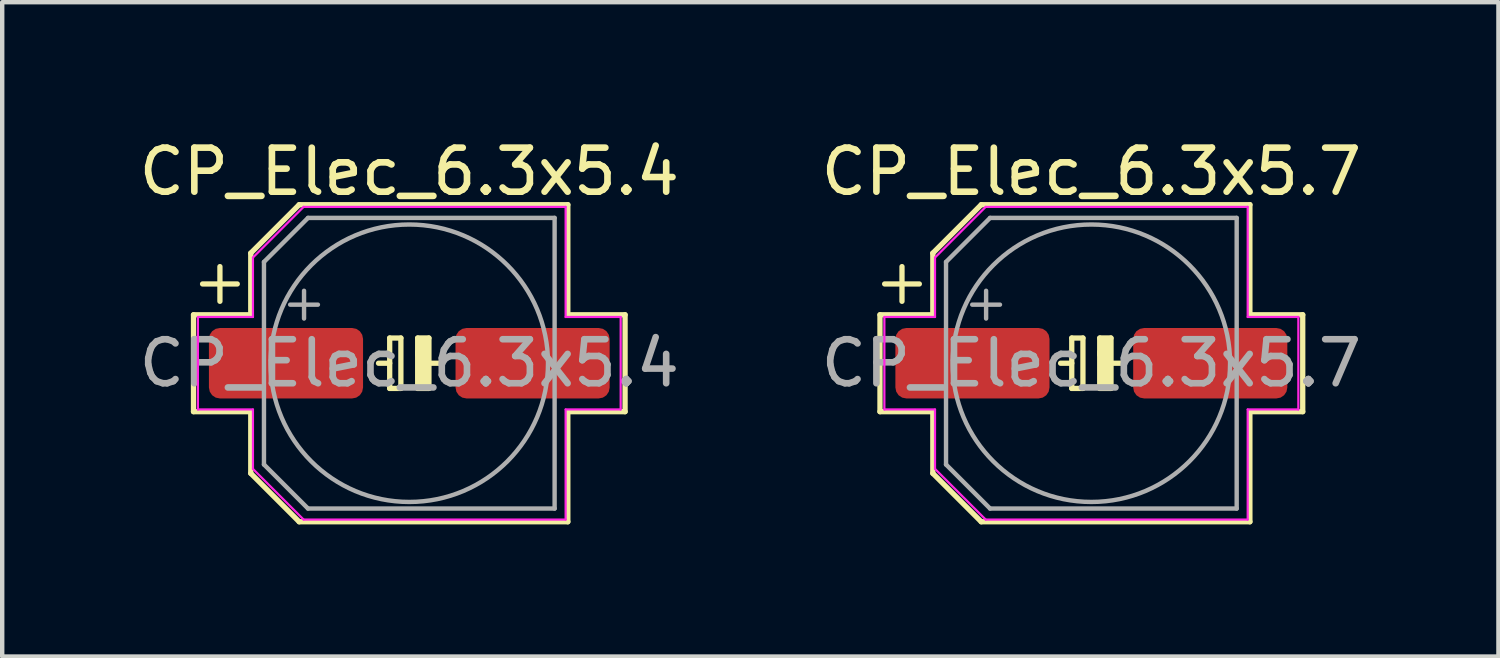
<source format=kicad_pcb>
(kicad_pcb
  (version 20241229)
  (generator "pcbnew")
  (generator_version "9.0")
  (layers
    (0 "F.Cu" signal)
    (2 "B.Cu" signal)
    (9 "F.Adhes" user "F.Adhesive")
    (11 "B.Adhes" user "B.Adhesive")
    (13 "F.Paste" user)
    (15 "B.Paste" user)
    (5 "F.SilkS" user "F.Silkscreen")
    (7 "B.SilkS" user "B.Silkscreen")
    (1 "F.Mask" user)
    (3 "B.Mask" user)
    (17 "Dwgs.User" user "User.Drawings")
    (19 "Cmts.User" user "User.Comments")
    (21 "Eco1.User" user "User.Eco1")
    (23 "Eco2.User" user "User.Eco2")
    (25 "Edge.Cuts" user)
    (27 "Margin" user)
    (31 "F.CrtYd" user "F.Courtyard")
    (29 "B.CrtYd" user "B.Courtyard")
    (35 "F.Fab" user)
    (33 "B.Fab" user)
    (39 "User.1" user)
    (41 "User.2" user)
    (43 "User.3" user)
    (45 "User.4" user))
  (footprint "CP_Elec_6.3x5.4"
    (layer "F.Cu")
    (at 6.244 5.198)
    (property "Reference" "CP_Elec_6.3x5.4" (at 0 -4.35 0) (layer "F.SilkS") (effects (font (size 1 1) (thickness 0.15))))
    (attr smd)
    (fp_line (start -4.9 -1.1) (end -4.9 1.1) (stroke (width 0.12) (type solid)) (layer "F.SilkS"))
    (fp_line (start -4.9 1.1) (end -3.6 1.1) (stroke (width 0.12) (type solid)) (layer "F.SilkS"))
    (fp_line (start -4.694 -1.8) (end -3.906 -1.8) (stroke (width 0.12) (type solid)) (layer "F.SilkS"))
    (fp_line (start -4.3 -2.194) (end -4.3 -1.406) (stroke (width 0.12) (type solid)) (layer "F.SilkS"))
    (fp_line (start -3.6 -2.5) (end -3.6 -1.1) (stroke (width 0.12) (type solid)) (layer "F.SilkS"))
    (fp_line (start -3.6 -1.1) (end -4.9 -1.1) (stroke (width 0.12) (type solid)) (layer "F.SilkS"))
    (fp_line (start -3.6 1.1) (end -3.6 2.5) (stroke (width 0.12) (type solid)) (layer "F.SilkS"))
    (fp_line (start -3.6 2.5) (end -2.5 3.6) (stroke (width 0.12) (type solid)) (layer "F.SilkS"))
    (fp_line (start -2.5 -3.6) (end -3.6 -2.5) (stroke (width 0.12) (type solid)) (layer "F.SilkS"))
    (fp_line (start -2.5 3.6) (end 3.6 3.6) (stroke (width 0.12) (type solid)) (layer "F.SilkS"))
    (fp_line (start -0.445 -0.572) (end -0.191 -0.572) (stroke (width 0.12) (type solid)) (layer "F.SilkS"))
    (fp_line (start -0.445 0) (end -0.699 0) (stroke (width 0.12) (type solid)) (layer "F.SilkS"))
    (fp_line (start -0.445 0.572) (end -0.445 -0.572) (stroke (width 0.12) (type solid)) (layer "F.SilkS"))
    (fp_line (start -0.191 -0.572) (end -0.191 0.572) (stroke (width 0.12) (type solid)) (layer "F.SilkS"))
    (fp_line (start -0.191 0.572) (end -0.445 0.572) (stroke (width 0.12) (type solid)) (layer "F.SilkS"))
    (fp_line (start 0.191 -0.572) (end 0.191 -0.191) (stroke (width 0.12) (type solid)) (layer "F.SilkS"))
    (fp_line (start 0.191 -0.572) (end 0.445 -0.572) (stroke (width 0.12) (type solid)) (layer "F.SilkS"))
    (fp_line (start 0.191 -0.254) (end 0.191 0.572) (stroke (width 0.12) (type solid)) (layer "F.SilkS"))
    (fp_line (start 0.445 0) (end 0.699 0) (stroke (width 0.12) (type solid)) (layer "F.SilkS"))
    (fp_line (start 0.445 0.572) (end 0.191 0.572) (stroke (width 0.12) (type solid)) (layer "F.SilkS"))
    (fp_line (start 0.445 0.572) (end 0.445 -0.572) (stroke (width 0.12) (type solid)) (layer "F.SilkS"))
    (fp_line (start 3.6 -3.6) (end -2.5 -3.6) (stroke (width 0.12) (type solid)) (layer "F.SilkS"))
    (fp_line (start 3.6 -1.1) (end 3.6 -3.6) (stroke (width 0.12) (type solid)) (layer "F.SilkS"))
    (fp_line (start 3.6 1.1) (end 4.9 1.1) (stroke (width 0.12) (type solid)) (layer "F.SilkS"))
    (fp_line (start 3.6 3.6) (end 3.6 1.1) (stroke (width 0.12) (type solid)) (layer "F.SilkS"))
    (fp_line (start 4.9 -1.1) (end 3.6 -1.1) (stroke (width 0.12) (type solid)) (layer "F.SilkS"))
    (fp_line (start 4.9 1.1) (end 4.9 -1.1) (stroke (width 0.12) (type solid)) (layer "F.SilkS"))
    (fp_poly (pts (xy 0.445 0.572) (xy 0.191 0.572) (xy 0.191 -0.572) (xy 0.445 -0.572)) (stroke (width 0.1) (type solid)) (fill yes) (layer "F.SilkS"))
    (fp_line (start -4.8 -1.05) (end -4.8 1.05) (stroke (width 0.05) (type solid)) (layer "F.CrtYd"))
    (fp_line (start -4.8 1.05) (end -3.55 1.05) (stroke (width 0.05) (type solid)) (layer "F.CrtYd"))
    (fp_line (start -3.55 -2.4) (end -3.55 -1.05) (stroke (width 0.05) (type solid)) (layer "F.CrtYd"))
    (fp_line (start -3.55 -2.4) (end -2.4 -3.55) (stroke (width 0.05) (type solid)) (layer "F.CrtYd"))
    (fp_line (start -3.55 -1.05) (end -4.8 -1.05) (stroke (width 0.05) (type solid)) (layer "F.CrtYd"))
    (fp_line (start -3.55 1.05) (end -3.55 2.4) (stroke (width 0.05) (type solid)) (layer "F.CrtYd"))
    (fp_line (start -3.55 2.4) (end -2.4 3.55) (stroke (width 0.05) (type solid)) (layer "F.CrtYd"))
    (fp_line (start -2.4 -3.55) (end 3.55 -3.55) (stroke (width 0.05) (type solid)) (layer "F.CrtYd"))
    (fp_line (start -2.4 3.55) (end 3.55 3.55) (stroke (width 0.05) (type solid)) (layer "F.CrtYd"))
    (fp_line (start 3.55 -3.55) (end 3.55 -1.05) (stroke (width 0.05) (type solid)) (layer "F.CrtYd"))
    (fp_line (start 3.55 -1.05) (end 4.8 -1.05) (stroke (width 0.05) (type solid)) (layer "F.CrtYd"))
    (fp_line (start 3.55 1.05) (end 3.55 3.55) (stroke (width 0.05) (type solid)) (layer "F.CrtYd"))
    (fp_line (start 4.8 -1.05) (end 4.8 1.05) (stroke (width 0.05) (type solid)) (layer "F.CrtYd"))
    (fp_line (start 4.8 1.05) (end 3.55 1.05) (stroke (width 0.05) (type solid)) (layer "F.CrtYd"))
    (fp_line (start -3.3 -2.3) (end -3.3 2.3) (stroke (width 0.1) (type solid)) (layer "F.Fab"))
    (fp_line (start -3.3 -2.3) (end -2.3 -3.3) (stroke (width 0.1) (type solid)) (layer "F.Fab"))
    (fp_line (start -3.3 2.3) (end -2.3 3.3) (stroke (width 0.1) (type solid)) (layer "F.Fab"))
    (fp_line (start -2.705 -1.33) (end -2.075 -1.33) (stroke (width 0.1) (type solid)) (layer "F.Fab"))
    (fp_line (start -2.39 -1.645) (end -2.39 -1.015) (stroke (width 0.1) (type solid)) (layer "F.Fab"))
    (fp_line (start -2.3 -3.3) (end 3.3 -3.3) (stroke (width 0.1) (type solid)) (layer "F.Fab"))
    (fp_line (start -2.3 3.3) (end 3.3 3.3) (stroke (width 0.1) (type solid)) (layer "F.Fab"))
    (fp_line (start 3.3 -3.3) (end 3.3 3.3) (stroke (width 0.1) (type solid)) (layer "F.Fab"))
    (fp_circle (center 0 0) (end 3.15 0) (stroke (width 0.1) (type solid)) (fill no) (layer "F.Fab"))
    (fp_text user "${REFERENCE}" (at 0 0 0) (layer "F.Fab") (effects (font (size 1 1) (thickness 0.15))))
    (pad "1" smd roundrect (at -2.8 0) (size 3.5 1.6) (layers "F.Cu" "F.Mask" "F.Paste") (roundrect_rratio 0.156))
    (pad "2" smd roundrect (at 2.8 0) (size 3.5 1.6) (layers "F.Cu" "F.Mask" "F.Paste") (roundrect_rratio 0.156)))
  (footprint "CP_Elec_6.3x5.7"
    (layer "F.Cu")
    (at 21.732 5.198)
    (property "Reference" "CP_Elec_6.3x5.7" (at 0 -4.35 0) (layer "F.SilkS") (effects (font (size 1 1) (thickness 0.15))))
    (attr smd)
    (fp_line (start -4.8 -1.1) (end -4.8 1.1) (stroke (width 0.12) (type solid)) (layer "F.SilkS"))
    (fp_line (start -4.8 1.1) (end -3.6 1.1) (stroke (width 0.12) (type solid)) (layer "F.SilkS"))
    (fp_line (start -4.694 -1.8) (end -3.906 -1.8) (stroke (width 0.12) (type solid)) (layer "F.SilkS"))
    (fp_line (start -4.3 -2.194) (end -4.3 -1.406) (stroke (width 0.12) (type solid)) (layer "F.SilkS"))
    (fp_line (start -3.6 -2.5) (end -3.6 -1.1) (stroke (width 0.12) (type solid)) (layer "F.SilkS"))
    (fp_line (start -3.6 -1.1) (end -4.8 -1.1) (stroke (width 0.12) (type solid)) (layer "F.SilkS"))
    (fp_line (start -3.6 1.1) (end -3.6 2.5) (stroke (width 0.12) (type solid)) (layer "F.SilkS"))
    (fp_line (start -3.6 2.5) (end -2.5 3.6) (stroke (width 0.12) (type solid)) (layer "F.SilkS"))
    (fp_line (start -2.5 -3.6) (end -3.6 -2.5) (stroke (width 0.12) (type solid)) (layer "F.SilkS"))
    (fp_line (start -2.5 3.6) (end 3.6 3.6) (stroke (width 0.12) (type solid)) (layer "F.SilkS"))
    (fp_line (start -0.445 -0.572) (end -0.191 -0.572) (stroke (width 0.12) (type solid)) (layer "F.SilkS"))
    (fp_line (start -0.445 0) (end -0.699 0) (stroke (width 0.12) (type solid)) (layer "F.SilkS"))
    (fp_line (start -0.445 0.572) (end -0.445 -0.572) (stroke (width 0.12) (type solid)) (layer "F.SilkS"))
    (fp_line (start -0.191 -0.572) (end -0.191 0.572) (stroke (width 0.12) (type solid)) (layer "F.SilkS"))
    (fp_line (start -0.191 0.572) (end -0.445 0.572) (stroke (width 0.12) (type solid)) (layer "F.SilkS"))
    (fp_line (start 0.191 -0.572) (end 0.191 -0.191) (stroke (width 0.12) (type solid)) (layer "F.SilkS"))
    (fp_line (start 0.191 -0.572) (end 0.445 -0.572) (stroke (width 0.12) (type solid)) (layer "F.SilkS"))
    (fp_line (start 0.191 -0.254) (end 0.191 0.572) (stroke (width 0.12) (type solid)) (layer "F.SilkS"))
    (fp_line (start 0.445 0) (end 0.699 0) (stroke (width 0.12) (type solid)) (layer "F.SilkS"))
    (fp_line (start 0.445 0.572) (end 0.191 0.572) (stroke (width 0.12) (type solid)) (layer "F.SilkS"))
    (fp_line (start 0.445 0.572) (end 0.445 -0.572) (stroke (width 0.12) (type solid)) (layer "F.SilkS"))
    (fp_line (start 3.6 -3.6) (end -2.5 -3.6) (stroke (width 0.12) (type solid)) (layer "F.SilkS"))
    (fp_line (start 3.6 -1.1) (end 3.6 -3.6) (stroke (width 0.12) (type solid)) (layer "F.SilkS"))
    (fp_line (start 3.6 1.1) (end 4.8 1.1) (stroke (width 0.12) (type solid)) (layer "F.SilkS"))
    (fp_line (start 3.6 3.6) (end 3.6 1.1) (stroke (width 0.12) (type solid)) (layer "F.SilkS"))
    (fp_line (start 4.8 -1.1) (end 3.6 -1.1) (stroke (width 0.12) (type solid)) (layer "F.SilkS"))
    (fp_line (start 4.8 1.1) (end 4.8 -1.1) (stroke (width 0.12) (type solid)) (layer "F.SilkS"))
    (fp_poly (pts (xy 0.445 0.572) (xy 0.191 0.572) (xy 0.191 -0.572) (xy 0.445 -0.572)) (stroke (width 0.1) (type solid)) (fill yes) (layer "F.SilkS"))
    (fp_line (start -4.7 -1.05) (end -4.7 1.05) (stroke (width 0.05) (type solid)) (layer "F.CrtYd"))
    (fp_line (start -4.7 1.05) (end -3.55 1.05) (stroke (width 0.05) (type solid)) (layer "F.CrtYd"))
    (fp_line (start -3.55 -2.4) (end -3.55 -1.05) (stroke (width 0.05) (type solid)) (layer "F.CrtYd"))
    (fp_line (start -3.55 -2.4) (end -2.4 -3.55) (stroke (width 0.05) (type solid)) (layer "F.CrtYd"))
    (fp_line (start -3.55 -1.05) (end -4.7 -1.05) (stroke (width 0.05) (type solid)) (layer "F.CrtYd"))
    (fp_line (start -3.55 1.05) (end -3.55 2.4) (stroke (width 0.05) (type solid)) (layer "F.CrtYd"))
    (fp_line (start -3.55 2.4) (end -2.4 3.55) (stroke (width 0.05) (type solid)) (layer "F.CrtYd"))
    (fp_line (start -2.4 -3.55) (end 3.55 -3.55) (stroke (width 0.05) (type solid)) (layer "F.CrtYd"))
    (fp_line (start -2.4 3.55) (end 3.55 3.55) (stroke (width 0.05) (type solid)) (layer "F.CrtYd"))
    (fp_line (start 3.55 -3.55) (end 3.55 -1.05) (stroke (width 0.05) (type solid)) (layer "F.CrtYd"))
    (fp_line (start 3.55 -1.05) (end 4.7 -1.05) (stroke (width 0.05) (type solid)) (layer "F.CrtYd"))
    (fp_line (start 3.55 1.05) (end 3.55 3.55) (stroke (width 0.05) (type solid)) (layer "F.CrtYd"))
    (fp_line (start 4.7 -1.05) (end 4.7 1.05) (stroke (width 0.05) (type solid)) (layer "F.CrtYd"))
    (fp_line (start 4.7 1.05) (end 3.55 1.05) (stroke (width 0.05) (type solid)) (layer "F.CrtYd"))
    (fp_line (start -3.3 -2.3) (end -3.3 2.3) (stroke (width 0.1) (type solid)) (layer "F.Fab"))
    (fp_line (start -3.3 -2.3) (end -2.3 -3.3) (stroke (width 0.1) (type solid)) (layer "F.Fab"))
    (fp_line (start -3.3 2.3) (end -2.3 3.3) (stroke (width 0.1) (type solid)) (layer "F.Fab"))
    (fp_line (start -2.705 -1.33) (end -2.075 -1.33) (stroke (width 0.1) (type solid)) (layer "F.Fab"))
    (fp_line (start -2.39 -1.645) (end -2.39 -1.015) (stroke (width 0.1) (type solid)) (layer "F.Fab"))
    (fp_line (start -2.3 -3.3) (end 3.3 -3.3) (stroke (width 0.1) (type solid)) (layer "F.Fab"))
    (fp_line (start -2.3 3.3) (end 3.3 3.3) (stroke (width 0.1) (type solid)) (layer "F.Fab"))
    (fp_line (start 3.3 -3.3) (end 3.3 3.3) (stroke (width 0.1) (type solid)) (layer "F.Fab"))
    (fp_circle (center 0 0) (end 3.15 0) (stroke (width 0.1) (type solid)) (fill no) (layer "F.Fab"))
    (fp_text user "${REFERENCE}" (at 0 0 0) (layer "F.Fab") (effects (font (size 1 1) (thickness 0.15))))
    (pad "1" smd roundrect (at -2.7 0) (size 3.5 1.6) (layers "F.Cu" "F.Mask" "F.Paste") (roundrect_rratio 0.156))
    (pad "2" smd roundrect (at 2.7 0) (size 3.5 1.6) (layers "F.Cu" "F.Mask" "F.Paste") (roundrect_rratio 0.156)))
  (gr_rect
    (start -3 -3)
    (end 30.976 11.858)
    (stroke (width 0.1) (type default))
    (fill no)
    (layer "Edge.Cuts")))
</source>
